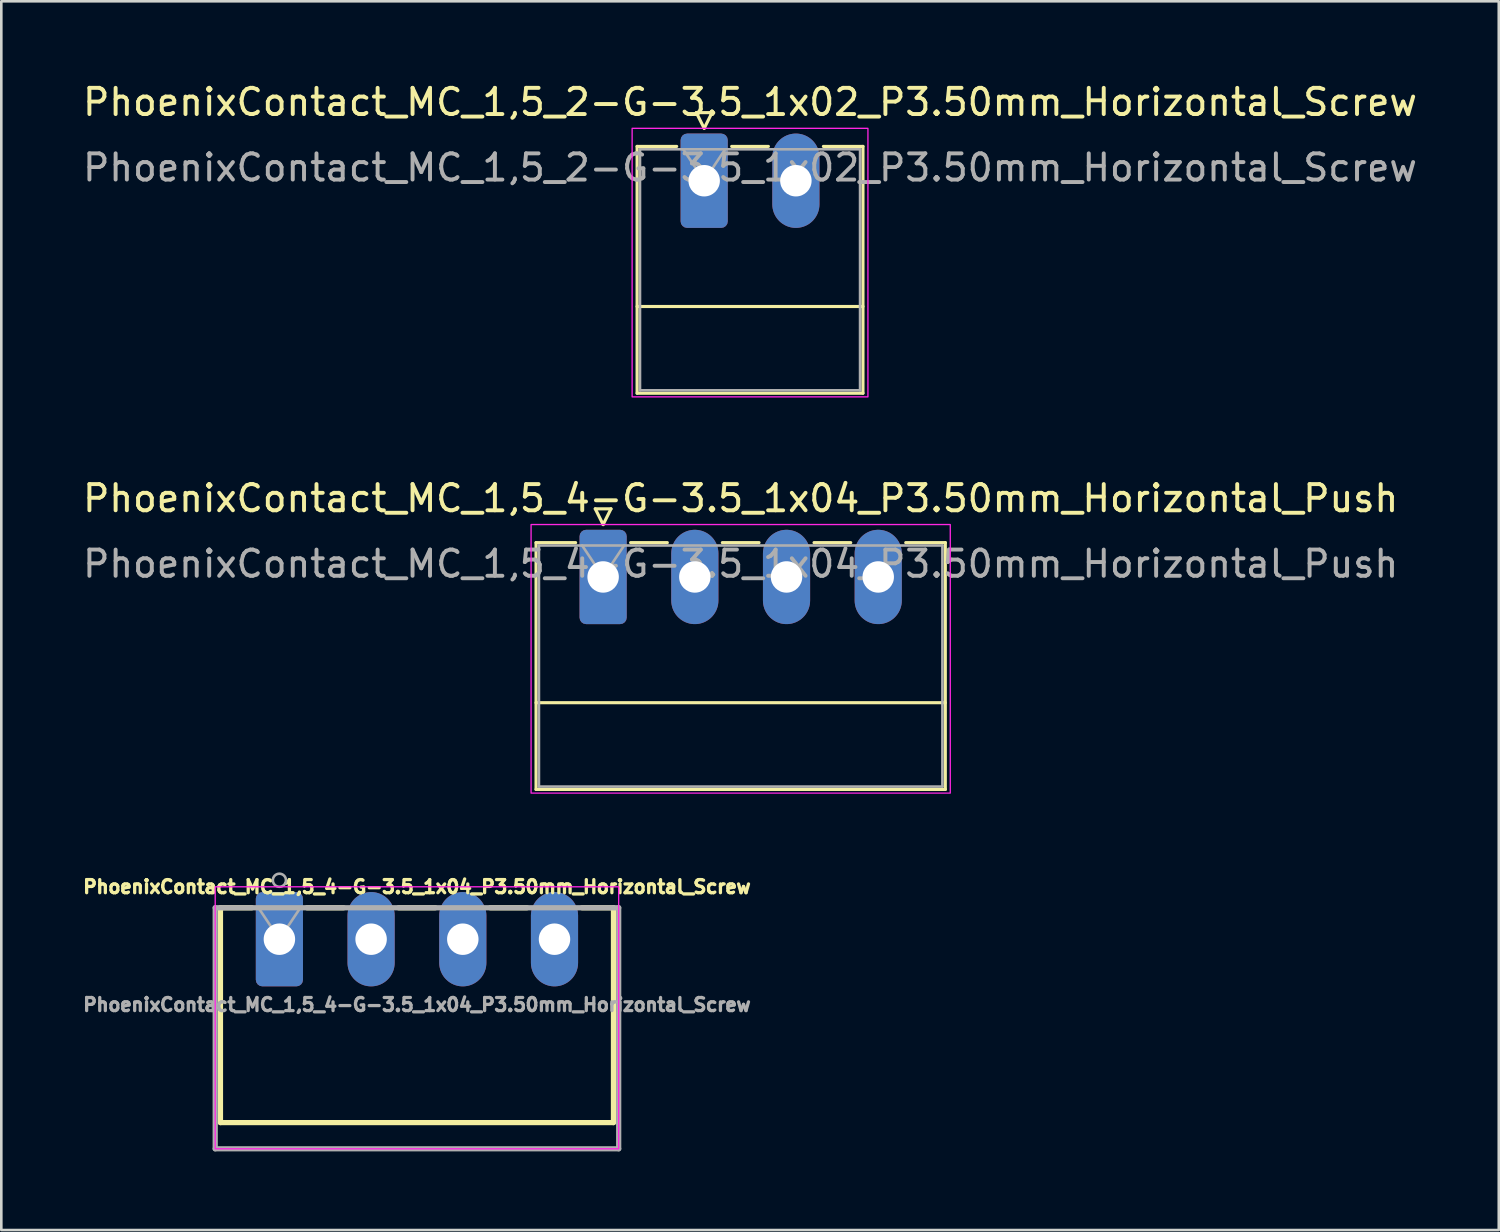
<source format=kicad_pcb>
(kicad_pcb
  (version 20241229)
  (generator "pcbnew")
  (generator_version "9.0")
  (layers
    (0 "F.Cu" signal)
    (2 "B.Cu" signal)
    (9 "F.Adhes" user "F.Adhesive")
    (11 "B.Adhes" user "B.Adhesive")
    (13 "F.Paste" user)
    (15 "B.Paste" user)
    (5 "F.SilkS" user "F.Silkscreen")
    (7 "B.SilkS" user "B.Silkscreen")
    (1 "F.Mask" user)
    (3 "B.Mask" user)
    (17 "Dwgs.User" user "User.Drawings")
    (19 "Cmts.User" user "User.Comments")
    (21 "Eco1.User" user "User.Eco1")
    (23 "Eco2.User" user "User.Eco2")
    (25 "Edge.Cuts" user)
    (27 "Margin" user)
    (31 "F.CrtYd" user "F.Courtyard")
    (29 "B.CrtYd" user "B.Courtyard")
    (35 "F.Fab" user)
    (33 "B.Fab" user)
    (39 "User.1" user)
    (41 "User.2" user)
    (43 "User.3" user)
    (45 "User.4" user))
  (footprint "PhoenixContact_MC_1,5_2-G-3.5_1x02_P3.50mm_Horizontal_Screw"
    (layer "F.Cu")
    (at 25.577 3.848)
    (property "Reference" "PhoenixContact_MC_1,5_2-G-3.5_1x02_P3.50mm_Horizontal_Screw" (at 0 -3 0) (layer "F.SilkS") (effects (font (size 1 1) (thickness 0.15))))
    (attr through_hole)
    (fp_line (start -4.31 -1.31) (end -4.31 8.11) (stroke (width 0.12) (type solid)) (layer "F.SilkS"))
    (fp_line (start -4.31 -1.31) (end -2.8 -1.31) (stroke (width 0.12) (type solid)) (layer "F.SilkS"))
    (fp_line (start -4.31 4.8) (end 4.31 4.8) (stroke (width 0.12) (type solid)) (layer "F.SilkS"))
    (fp_line (start -4.31 8.11) (end 4.31 8.11) (stroke (width 0.12) (type solid)) (layer "F.SilkS"))
    (fp_line (start -2.05 -2.6) (end -1.45 -2.6) (stroke (width 0.12) (type solid)) (layer "F.SilkS"))
    (fp_line (start -1.75 -2) (end -2.05 -2.6) (stroke (width 0.12) (type solid)) (layer "F.SilkS"))
    (fp_line (start -1.45 -2.6) (end -1.75 -2) (stroke (width 0.12) (type solid)) (layer "F.SilkS"))
    (fp_line (start -0.7 -1.31) (end 0.7 -1.31) (stroke (width 0.12) (type solid)) (layer "F.SilkS"))
    (fp_line (start 4.31 -1.31) (end 2.8 -1.31) (stroke (width 0.12) (type solid)) (layer "F.SilkS"))
    (fp_line (start 4.31 8.11) (end 4.31 -1.31) (stroke (width 0.12) (type solid)) (layer "F.SilkS"))
    (fp_rect (start -4.5 -2) (end 4.5 8.25) (stroke (width 0.05) (type default)) (fill no) (layer "F.CrtYd"))
    (fp_line (start -4.2 -1.2) (end -4.2 8) (stroke (width 0.1) (type solid)) (layer "F.Fab"))
    (fp_line (start -4.2 8) (end 4.2 8) (stroke (width 0.1) (type solid)) (layer "F.Fab"))
    (fp_line (start -1.75 0) (end -2.55 -1.2) (stroke (width 0.1) (type solid)) (layer "F.Fab"))
    (fp_line (start -0.95 -1.2) (end -1.75 0) (stroke (width 0.1) (type solid)) (layer "F.Fab"))
    (fp_line (start 4.2 -1.2) (end -4.2 -1.2) (stroke (width 0.1) (type solid)) (layer "F.Fab"))
    (fp_line (start 4.2 8) (end 4.2 -1.2) (stroke (width 0.1) (type solid)) (layer "F.Fab"))
    (fp_text user "${REFERENCE}" (at 0 -0.5 0) (layer "F.Fab") (effects (font (size 1 1) (thickness 0.15))))
    (pad "1" thru_hole roundrect (at -1.75 0) (size 1.8 3.6) (drill 1.2) (layers "*.Cu" "*.Mask") (roundrect_rratio 0.139))
    (pad "2" thru_hole oval (at 1.75 0) (size 1.8 3.6) (drill 1.2) (layers "*.Cu" "*.Mask")))
  (footprint "PhoenixContact_MC_1,5_4-G-3.5_1x04_P3.50mm_Horizontal_Screw"
    (layer "F.Cu")
    (at 12.864 32.797)
    (property "Reference" "PhoenixContact_MC_1,5_4-G-3.5_1x04_P3.50mm_Horizontal_Screw" (at 0 -2 180) (layer "F.SilkS") (effects (font (size 0.5 0.5) (thickness 0.125) (bold yes))))
    (attr through_hole)
    (fp_line (start -7.5 -1.2) (end -7.5 7) (stroke (width 0.2) (type solid)) (layer "F.SilkS"))
    (fp_line (start -7.5 -1.2) (end -6.3 -1.2) (stroke (width 0.2) (type solid)) (layer "F.SilkS"))
    (fp_line (start -7.5 7) (end 7.5 7) (stroke (width 0.2) (type solid)) (layer "F.SilkS"))
    (fp_line (start -4.2 -1.2) (end -2.8 -1.2) (stroke (width 0.2) (type solid)) (layer "F.SilkS"))
    (fp_line (start -0.7 -1.2) (end 0.7 -1.2) (stroke (width 0.2) (type solid)) (layer "F.SilkS"))
    (fp_line (start 2.8 -1.2) (end 4.2 -1.2) (stroke (width 0.2) (type solid)) (layer "F.SilkS"))
    (fp_line (start 7.5 -1.2) (end 6.3 -1.2) (stroke (width 0.2) (type solid)) (layer "F.SilkS"))
    (fp_line (start 7.5 7) (end 7.5 -1.2) (stroke (width 0.2) (type solid)) (layer "F.SilkS"))
    (fp_rect (start -7.7 -2) (end 7.7 8) (stroke (width 0.05) (type default)) (fill no) (layer "F.CrtYd"))
    (fp_line (start -7.7 -1.2) (end -7.7 8) (stroke (width 0.2) (type solid)) (layer "F.Fab"))
    (fp_line (start -7.7 8) (end 7.7 8) (stroke (width 0.2) (type solid)) (layer "F.Fab"))
    (fp_line (start -5.25 0) (end -6.05 -1.2) (stroke (width 0.1) (type solid)) (layer "F.Fab"))
    (fp_line (start -4.45 -1.2) (end -5.25 0) (stroke (width 0.1) (type solid)) (layer "F.Fab"))
    (fp_line (start 7.7 -1.2) (end -7.7 -1.2) (stroke (width 0.2) (type solid)) (layer "F.Fab"))
    (fp_line (start 7.7 8) (end 7.7 -1.2) (stroke (width 0.2) (type solid)) (layer "F.Fab"))
    (fp_circle (center -5.25 -2.25) (end -5 -2.25) (stroke (width 0.1) (type solid)) (fill no) (layer "F.Fab"))
    (fp_text user "${REFERENCE}" (at 0 2.5 0) (layer "F.Fab") (effects (font (size 0.5 0.5) (thickness 0.125) (bold yes))))
    (pad "1" thru_hole roundrect (at -5.25 0) (size 1.8 3.6) (drill 1.2) (layers "*.Cu" "*.Mask") (roundrect_rratio 0.139))
    (pad "2" thru_hole oval (at -1.75 0) (size 1.8 3.6) (drill 1.2) (layers "*.Cu" "*.Mask"))
    (pad "3" thru_hole oval (at 1.75 0) (size 1.8 3.6) (drill 1.2) (layers "*.Cu" "*.Mask"))
    (pad "4" thru_hole oval (at 5.25 0) (size 1.8 3.6) (drill 1.2) (layers "*.Cu" "*.Mask")))
  (footprint "PhoenixContact_MC_1,5_4-G-3.5_1x04_P3.50mm_Horizontal_Push"
    (layer "F.Cu")
    (at 25.22 18.971)
    (property "Reference" "PhoenixContact_MC_1,5_4-G-3.5_1x04_P3.50mm_Horizontal_Push" (at 0 -3 0) (layer "F.SilkS") (effects (font (size 1 1) (thickness 0.15))))
    (attr through_hole)
    (fp_line (start -7.81 -1.31) (end -7.81 8.11) (stroke (width 0.12) (type solid)) (layer "F.SilkS"))
    (fp_line (start -7.81 -1.31) (end -6.3 -1.31) (stroke (width 0.12) (type solid)) (layer "F.SilkS"))
    (fp_line (start -7.81 4.8) (end 7.81 4.8) (stroke (width 0.12) (type solid)) (layer "F.SilkS"))
    (fp_line (start -7.81 8.11) (end 7.81 8.11) (stroke (width 0.12) (type solid)) (layer "F.SilkS"))
    (fp_line (start -5.55 -2.6) (end -4.95 -2.6) (stroke (width 0.12) (type solid)) (layer "F.SilkS"))
    (fp_line (start -5.25 -2) (end -5.55 -2.6) (stroke (width 0.12) (type solid)) (layer "F.SilkS"))
    (fp_line (start -4.95 -2.6) (end -5.25 -2) (stroke (width 0.12) (type solid)) (layer "F.SilkS"))
    (fp_line (start -4.2 -1.31) (end -2.8 -1.31) (stroke (width 0.12) (type solid)) (layer "F.SilkS"))
    (fp_line (start -0.7 -1.31) (end 0.7 -1.31) (stroke (width 0.12) (type solid)) (layer "F.SilkS"))
    (fp_line (start 2.8 -1.31) (end 4.2 -1.31) (stroke (width 0.12) (type solid)) (layer "F.SilkS"))
    (fp_line (start 7.81 -1.31) (end 6.3 -1.31) (stroke (width 0.12) (type solid)) (layer "F.SilkS"))
    (fp_line (start 7.81 8.11) (end 7.81 -1.31) (stroke (width 0.12) (type solid)) (layer "F.SilkS"))
    (fp_rect (start -8 -2) (end 8 8.25) (stroke (width 0.05) (type default)) (fill no) (layer "F.CrtYd"))
    (fp_line (start -7.7 -1.2) (end -7.7 8) (stroke (width 0.1) (type solid)) (layer "F.Fab"))
    (fp_line (start -7.7 8) (end 7.7 8) (stroke (width 0.1) (type solid)) (layer "F.Fab"))
    (fp_line (start -5.25 0) (end -6.05 -1.2) (stroke (width 0.1) (type solid)) (layer "F.Fab"))
    (fp_line (start -4.45 -1.2) (end -5.25 0) (stroke (width 0.1) (type solid)) (layer "F.Fab"))
    (fp_line (start 7.7 -1.2) (end -7.7 -1.2) (stroke (width 0.1) (type solid)) (layer "F.Fab"))
    (fp_line (start 7.7 8) (end 7.7 -1.2) (stroke (width 0.1) (type solid)) (layer "F.Fab"))
    (fp_text user "${REFERENCE}" (at 0 -0.5 0) (layer "F.Fab") (effects (font (size 1 1) (thickness 0.15))))
    (pad "1" thru_hole roundrect (at -5.25 0) (size 1.8 3.6) (drill 1.2) (layers "*.Cu" "*.Mask") (roundrect_rratio 0.139))
    (pad "2" thru_hole oval (at -1.75 0) (size 1.8 3.6) (drill 1.2) (layers "*.Cu" "*.Mask"))
    (pad "3" thru_hole oval (at 1.75 0) (size 1.8 3.6) (drill 1.2) (layers "*.Cu" "*.Mask"))
    (pad "4" thru_hole oval (at 5.25 0) (size 1.8 3.6) (drill 1.2) (layers "*.Cu" "*.Mask")))
  (gr_rect
    (start -3 -3)
    (end 54.155 43.897)
    (stroke (width 0.1) (type default))
    (fill no)
    (layer "Edge.Cuts")))
</source>
